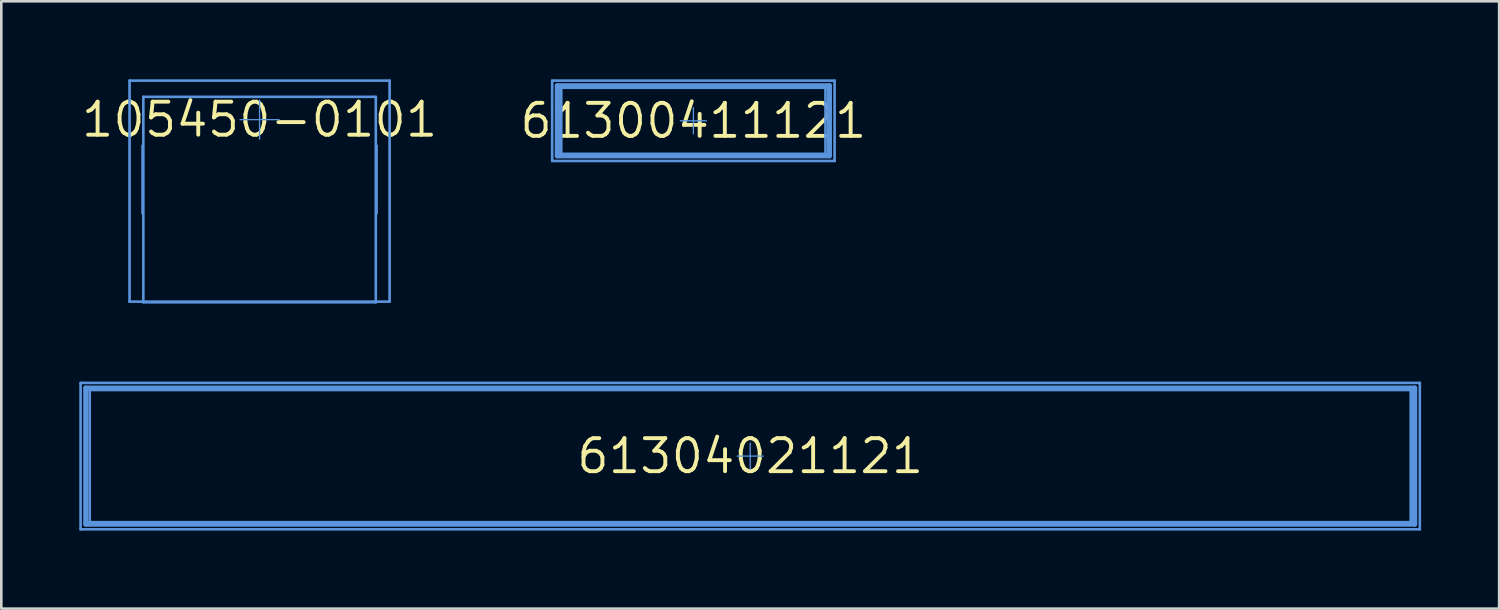
<source format=kicad_pcb>
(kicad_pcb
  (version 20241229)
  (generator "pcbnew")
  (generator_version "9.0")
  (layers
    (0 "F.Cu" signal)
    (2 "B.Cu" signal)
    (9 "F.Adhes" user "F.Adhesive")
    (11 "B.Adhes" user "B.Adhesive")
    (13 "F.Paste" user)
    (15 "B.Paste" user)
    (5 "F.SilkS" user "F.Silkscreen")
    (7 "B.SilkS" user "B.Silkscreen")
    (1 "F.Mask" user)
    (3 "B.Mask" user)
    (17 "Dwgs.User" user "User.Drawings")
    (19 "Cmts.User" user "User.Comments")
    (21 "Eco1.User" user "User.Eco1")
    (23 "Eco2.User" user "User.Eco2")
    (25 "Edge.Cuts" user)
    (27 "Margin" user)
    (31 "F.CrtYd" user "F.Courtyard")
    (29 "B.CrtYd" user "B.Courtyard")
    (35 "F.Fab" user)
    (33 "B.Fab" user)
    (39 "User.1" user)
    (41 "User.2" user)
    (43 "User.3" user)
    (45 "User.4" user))
  (footprint "105450-0101"
    (layer "F.Cu")
    (at 6.932 1.55)
    (property "Reference" "105450-0101" (at 0 0 0) (layer "F.SilkS") (effects (font (size 1.27 1.27) (thickness 0.15))))
    (attr through_hole)
    (fp_line (start -5 -1.5) (end 5 -1.5) (stroke (width 0.05) (type solid)) (layer "Cmts.User"))
    (fp_line (start -5 -1.5) (end 5 -1.5) (stroke (width 0.1) (type solid)) (layer "Cmts.User"))
    (fp_line (start -5 7) (end -5 -1.5) (stroke (width 0.05) (type solid)) (layer "Cmts.User"))
    (fp_line (start -5 7) (end -5 -1.5) (stroke (width 0.1) (type solid)) (layer "Cmts.User"))
    (fp_line (start -5 7) (end 5 7) (stroke (width 0.05) (type solid)) (layer "Cmts.User"))
    (fp_line (start -5 7) (end 5 7) (stroke (width 0.1) (type solid)) (layer "Cmts.User"))
    (fp_line (start -4.5 3.6) (end -4.5 1) (stroke (width 0.1) (type solid)) (layer "Cmts.User"))
    (fp_line (start -4.47 -0.875) (end 4.47 -0.875) (stroke (width 0.1) (type solid)) (layer "Cmts.User"))
    (fp_line (start -4.47 7.025) (end -4.47 -0.875) (stroke (width 0.1) (type solid)) (layer "Cmts.User"))
    (fp_line (start -4.47 7.025) (end 4.47 7.025) (stroke (width 0.1) (type solid)) (layer "Cmts.User"))
    (fp_line (start -0.75 0) (end 0 0) (stroke (width 0.05) (type solid)) (layer "Cmts.User"))
    (fp_line (start 0 0) (end 0 -0.75) (stroke (width 0.05) (type solid)) (layer "Cmts.User"))
    (fp_line (start 0 0) (end 0.75 0) (stroke (width 0.05) (type solid)) (layer "Cmts.User"))
    (fp_line (start 0 0.75) (end 0 0) (stroke (width 0.05) (type solid)) (layer "Cmts.User"))
    (fp_line (start 4.47 7.025) (end 4.47 -0.875) (stroke (width 0.1) (type solid)) (layer "Cmts.User"))
    (fp_line (start 4.5 3.6) (end 4.5 1) (stroke (width 0.1) (type solid)) (layer "Cmts.User"))
    (fp_line (start 5 7) (end 5 -1.5) (stroke (width 0.05) (type solid)) (layer "Cmts.User"))
    (fp_line (start 5 7) (end 5 -1.5) (stroke (width 0.1) (type solid)) (layer "Cmts.User")))
  (footprint "61300411121"
    (layer "F.Cu")
    (at 23.614 1.595)
    (property "Reference" "61300411121" (at 0 0 0) (layer "F.SilkS") (effects (font (size 1.27 1.27) (thickness 0.15))))
    (attr through_hole)
    (fp_line (start -5.43 -1.545) (end 5.43 -1.545) (stroke (width 0.05) (type solid)) (layer "Cmts.User"))
    (fp_line (start -5.43 -1.545) (end 5.43 -1.545) (stroke (width 0.1) (type solid)) (layer "Cmts.User"))
    (fp_line (start -5.43 1.545) (end -5.43 -1.545) (stroke (width 0.05) (type solid)) (layer "Cmts.User"))
    (fp_line (start -5.43 1.545) (end -5.43 -1.545) (stroke (width 0.1) (type solid)) (layer "Cmts.User"))
    (fp_line (start -5.43 1.545) (end 5.43 1.545) (stroke (width 0.05) (type solid)) (layer "Cmts.User"))
    (fp_line (start -5.43 1.545) (end 5.43 1.545) (stroke (width 0.1) (type solid)) (layer "Cmts.User"))
    (fp_line (start -5.23 -1.345) (end 5.23 -1.345) (stroke (width 0.2) (type solid)) (layer "Cmts.User"))
    (fp_line (start -5.23 1.345) (end -5.23 -1.345) (stroke (width 0.2) (type solid)) (layer "Cmts.User"))
    (fp_line (start -5.23 1.345) (end 5.23 1.345) (stroke (width 0.2) (type solid)) (layer "Cmts.User"))
    (fp_line (start -5.08 -1.27) (end 5.08 -1.27) (stroke (width 0.1) (type solid)) (layer "Cmts.User"))
    (fp_line (start -5.08 1.27) (end -5.08 -1.27) (stroke (width 0.1) (type solid)) (layer "Cmts.User"))
    (fp_line (start -5.08 1.27) (end 5.08 1.27) (stroke (width 0.1) (type solid)) (layer "Cmts.User"))
    (fp_line (start -0.5 0) (end 0.5 0) (stroke (width 0.05) (type solid)) (layer "Cmts.User"))
    (fp_line (start 0 0.5) (end 0 -0.5) (stroke (width 0.05) (type solid)) (layer "Cmts.User"))
    (fp_line (start 5.08 1.27) (end 5.08 -1.27) (stroke (width 0.1) (type solid)) (layer "Cmts.User"))
    (fp_line (start 5.23 1.345) (end 5.23 -1.345) (stroke (width 0.2) (type solid)) (layer "Cmts.User"))
    (fp_line (start 5.43 1.545) (end 5.43 -1.545) (stroke (width 0.05) (type solid)) (layer "Cmts.User"))
    (fp_line (start 5.43 1.545) (end 5.43 -1.545) (stroke (width 0.1) (type solid)) (layer "Cmts.User")))
  (footprint "61304021121"
    (layer "F.Cu")
    (at 25.8 14.49)
    (property "Reference" "61304021121" (at 0 0 0) (layer "F.SilkS") (effects (font (size 1.27 1.27) (thickness 0.15))))
    (attr through_hole)
    (fp_line (start -25.75 -2.815) (end 25.75 -2.815) (stroke (width 0.05) (type solid)) (layer "Cmts.User"))
    (fp_line (start -25.75 -2.815) (end 25.75 -2.815) (stroke (width 0.1) (type solid)) (layer "Cmts.User"))
    (fp_line (start -25.75 2.815) (end -25.75 -2.815) (stroke (width 0.05) (type solid)) (layer "Cmts.User"))
    (fp_line (start -25.75 2.815) (end -25.75 -2.815) (stroke (width 0.1) (type solid)) (layer "Cmts.User"))
    (fp_line (start -25.75 2.815) (end 25.75 2.815) (stroke (width 0.05) (type solid)) (layer "Cmts.User"))
    (fp_line (start -25.75 2.815) (end 25.75 2.815) (stroke (width 0.1) (type solid)) (layer "Cmts.User"))
    (fp_line (start -25.55 -2.615) (end 25.55 -2.615) (stroke (width 0.2) (type solid)) (layer "Cmts.User"))
    (fp_line (start -25.55 2.615) (end -25.55 -2.615) (stroke (width 0.2) (type solid)) (layer "Cmts.User"))
    (fp_line (start -25.55 2.615) (end 25.55 2.615) (stroke (width 0.2) (type solid)) (layer "Cmts.User"))
    (fp_line (start -25.4 -2.54) (end 25.4 -2.54) (stroke (width 0.1) (type solid)) (layer "Cmts.User"))
    (fp_line (start -25.4 2.54) (end -25.4 -2.54) (stroke (width 0.1) (type solid)) (layer "Cmts.User"))
    (fp_line (start -25.4 2.54) (end 25.4 2.54) (stroke (width 0.1) (type solid)) (layer "Cmts.User"))
    (fp_line (start -0.5 0) (end 0.5 0) (stroke (width 0.05) (type solid)) (layer "Cmts.User"))
    (fp_line (start 0 0.5) (end 0 -0.5) (stroke (width 0.05) (type solid)) (layer "Cmts.User"))
    (fp_line (start 25.4 2.54) (end 25.4 -2.54) (stroke (width 0.1) (type solid)) (layer "Cmts.User"))
    (fp_line (start 25.55 2.615) (end 25.55 -2.615) (stroke (width 0.2) (type solid)) (layer "Cmts.User"))
    (fp_line (start 25.75 2.815) (end 25.75 -2.815) (stroke (width 0.05) (type solid)) (layer "Cmts.User"))
    (fp_line (start 25.75 2.815) (end 25.75 -2.815) (stroke (width 0.1) (type solid)) (layer "Cmts.User")))
  (gr_rect
    (start -3 -3)
    (end 54.6 20.355)
    (stroke (width 0.1) (type default))
    (fill no)
    (layer "Edge.Cuts")))
</source>
